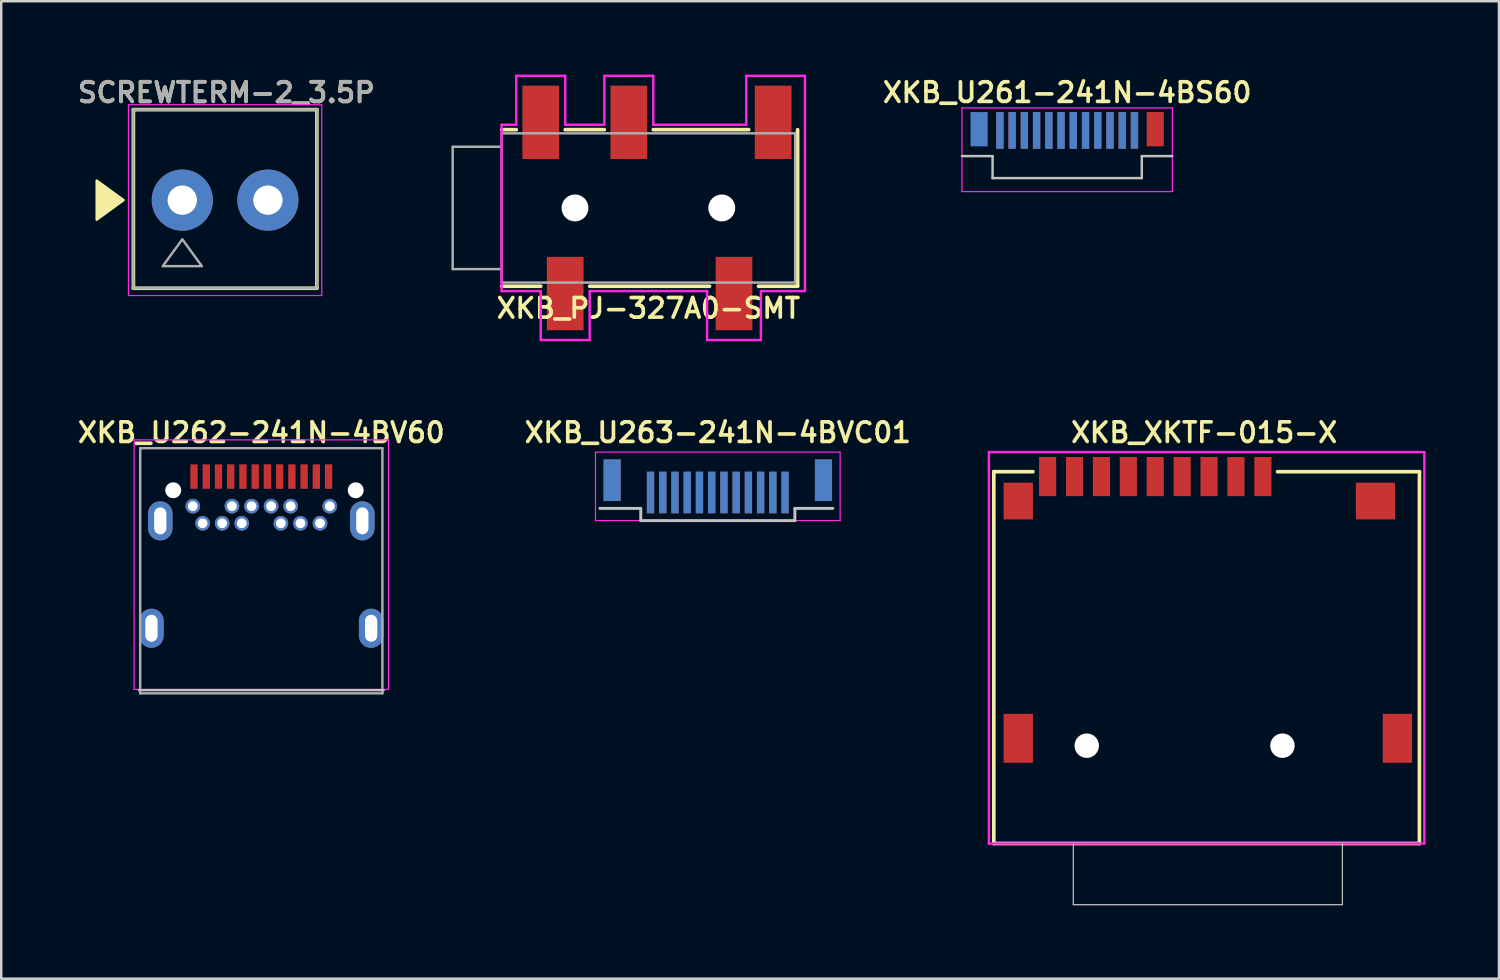
<source format=kicad_pcb>
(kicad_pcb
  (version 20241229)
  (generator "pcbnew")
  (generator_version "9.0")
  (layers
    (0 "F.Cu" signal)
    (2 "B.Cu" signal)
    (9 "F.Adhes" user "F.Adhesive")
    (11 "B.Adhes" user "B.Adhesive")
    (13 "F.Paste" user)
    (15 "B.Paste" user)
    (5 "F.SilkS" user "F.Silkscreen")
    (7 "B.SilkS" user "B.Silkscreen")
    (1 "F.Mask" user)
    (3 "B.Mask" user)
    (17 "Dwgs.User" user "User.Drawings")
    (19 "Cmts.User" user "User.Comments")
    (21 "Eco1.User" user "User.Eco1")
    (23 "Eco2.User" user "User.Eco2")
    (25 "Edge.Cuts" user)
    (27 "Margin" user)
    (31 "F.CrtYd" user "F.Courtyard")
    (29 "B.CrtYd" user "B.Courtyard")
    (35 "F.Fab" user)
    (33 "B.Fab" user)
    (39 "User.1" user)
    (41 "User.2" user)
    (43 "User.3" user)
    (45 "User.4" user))
  (footprint "XKB_U262-241N-4BV60"
    (layer "F.Cu")
    (at 7.631 19.531)
    (property "Reference" "XKB_U262-241N-4BV60" (at 0 -4.9 0) (unlocked yes) (layer "F.SilkS") (effects (font (size 0.8 0.8) (thickness 0.15))))
    (attr smd)
    (fp_line (start -5 5.63) (end 5 5.63) (stroke (width 0.1) (type solid)) (layer "Dwgs.User"))
    (fp_line (start -5.2 -4.6) (end 5.2 -4.6) (stroke (width 0.05) (type solid)) (layer "F.CrtYd"))
    (fp_line (start -5.2 5.6) (end -5.2 -4.6) (stroke (width 0.05) (type solid)) (layer "F.CrtYd"))
    (fp_line (start 5.2 -4.6) (end 5.2 5.6) (stroke (width 0.05) (type solid)) (layer "F.CrtYd"))
    (fp_line (start 5.2 5.6) (end -5.2 5.6) (stroke (width 0.05) (type solid)) (layer "F.CrtYd"))
    (fp_line (start -4.95 -4.26) (end -4.95 5.76) (stroke (width 0.1) (type solid)) (layer "F.Fab"))
    (fp_line (start -4.95 -4.26) (end 4.95 -4.26) (stroke (width 0.1) (type solid)) (layer "F.Fab"))
    (fp_line (start -4.95 5.76) (end 4.95 5.76) (stroke (width 0.1) (type solid)) (layer "F.Fab"))
    (fp_line (start 4.95 -4.26) (end 4.95 5.76) (stroke (width 0.1) (type solid)) (layer "F.Fab"))
    (pad "" np_thru_hole circle (at -3.6 -2.54) (size 0.65 0.65) (drill 0.65) (layers "*.Cu" "*.Mask"))
    (pad "" np_thru_hole circle (at 3.86 -2.54) (size 0.65 0.65) (drill oval 0.95 0.65) (layers "*.Cu" "*.Mask"))
    (pad "A1" smd rect (at -2.75 -3.1) (size 0.3 1) (layers "F.Cu" "F.Mask" "F.Paste"))
    (pad "A2" smd rect (at -2.25 -3.1) (size 0.3 1) (layers "F.Cu" "F.Mask" "F.Paste"))
    (pad "A3" smd rect (at -1.75 -3.1) (size 0.3 1) (layers "F.Cu" "F.Mask" "F.Paste"))
    (pad "A4" smd rect (at -1.25 -3.1) (size 0.3 1) (layers "F.Cu" "F.Mask" "F.Paste"))
    (pad "A5" smd rect (at -0.75 -3.1) (size 0.3 1) (layers "F.Cu" "F.Mask" "F.Paste"))
    (pad "A6" smd rect (at -0.25 -3.1) (size 0.3 1) (layers "F.Cu" "F.Mask" "F.Paste"))
    (pad "A7" smd rect (at 0.25 -3.1) (size 0.3 1) (layers "F.Cu" "F.Mask" "F.Paste"))
    (pad "A8" smd rect (at 0.75 -3.1) (size 0.3 1) (layers "F.Cu" "F.Mask" "F.Paste"))
    (pad "A9" smd rect (at 1.25 -3.1) (size 0.3 1) (layers "F.Cu" "F.Mask" "F.Paste"))
    (pad "A10" smd rect (at 1.75 -3.1) (size 0.3 1) (layers "F.Cu" "F.Mask" "F.Paste"))
    (pad "A11" smd rect (at 2.25 -3.1) (size 0.3 1) (layers "F.Cu" "F.Mask" "F.Paste"))
    (pad "A12" smd rect (at 2.75 -3.1) (size 0.3 1) (layers "F.Cu" "F.Mask" "F.Paste"))
    (pad "B1" thru_hole circle (at 2.8 -1.89) (size 0.6 0.6) (drill 0.4) (layers "*.Cu" "*.Mask"))
    (pad "B2" thru_hole circle (at 2.4 -1.19) (size 0.6 0.6) (drill 0.4) (layers "*.Cu" "*.Mask"))
    (pad "B3" thru_hole circle (at 1.6 -1.19) (size 0.6 0.6) (drill 0.4) (layers "*.Cu" "*.Mask"))
    (pad "B4" thru_hole circle (at 1.2 -1.89) (size 0.6 0.6) (drill 0.4) (layers "*.Cu" "*.Mask"))
    (pad "B5" thru_hole circle (at 0.8 -1.19) (size 0.6 0.6) (drill 0.4) (layers "*.Cu" "*.Mask"))
    (pad "B6" thru_hole circle (at 0.4 -1.89) (size 0.6 0.6) (drill 0.4) (layers "*.Cu" "*.Mask"))
    (pad "B7" thru_hole circle (at -0.4 -1.89) (size 0.6 0.6) (drill 0.4) (layers "*.Cu" "*.Mask"))
    (pad "B8" thru_hole circle (at -0.8 -1.19) (size 0.6 0.6) (drill 0.4) (layers "*.Cu" "*.Mask"))
    (pad "B9" thru_hole circle (at -1.2 -1.89) (size 0.6 0.6) (drill 0.4) (layers "*.Cu" "*.Mask"))
    (pad "B10" thru_hole circle (at -1.6 -1.19) (size 0.6 0.6) (drill 0.4) (layers "*.Cu" "*.Mask"))
    (pad "B11" thru_hole circle (at -2.4 -1.19) (size 0.6 0.6) (drill 0.4) (layers "*.Cu" "*.Mask"))
    (pad "B12" thru_hole circle (at -2.8 -1.89) (size 0.6 0.6) (drill 0.4) (layers "*.Cu" "*.Mask"))
    (pad "S1" thru_hole oval (at -4.13 -1.29) (size 1 1.6) (drill oval 0.5 1.1) (layers "*.Cu" "*.Mask"))
    (pad "S2" thru_hole oval (at -4.49 3.1) (size 1 1.6) (drill oval 0.5 1.1) (layers "*.Cu" "*.Mask"))
    (pad "S3" thru_hole oval (at 4.49 3.1) (size 1 1.6) (drill oval 0.5 1.1) (layers "*.Cu" "*.Mask"))
    (pad "S4" thru_hole oval (at 4.13 -1.29) (size 1 1.6) (drill oval 0.5 1.1) (layers "*.Cu" "*.Mask")))
  (footprint "XKB_U263-241N-4BVC01"
    (layer "F.Cu")
    (at 26.292 18.231)
    (property "Reference" "XKB_U263-241N-4BVC01" (at 0 -3.6 0) (unlocked yes) (layer "F.SilkS") (effects (font (size 0.8 0.8) (thickness 0.15))))
    (attr smd)
    (fp_line (start -3.15 -0.5) (end -4.82 -0.5) (stroke (width 0.12) (type solid)) (layer "Dwgs.User"))
    (fp_line (start -3.15 0) (end -3.15 -0.5) (stroke (width 0.12) (type solid)) (layer "Dwgs.User"))
    (fp_line (start 3.15 -0.5) (end 4.7 -0.5) (stroke (width 0.12) (type solid)) (layer "Dwgs.User"))
    (fp_line (start 3.15 0) (end -3.15 0) (stroke (width 0.12) (type solid)) (layer "Dwgs.User"))
    (fp_line (start 3.15 0) (end 3.15 -0.5) (stroke (width 0.12) (type solid)) (layer "Dwgs.User"))
    (fp_line (start -5 -2.8) (end -5 0) (stroke (width 0.05) (type solid)) (layer "F.CrtYd"))
    (fp_line (start -5 0) (end 5 0) (stroke (width 0.05) (type solid)) (layer "F.CrtYd"))
    (fp_line (start 5 -2.8) (end -5 -2.8) (stroke (width 0.05) (type solid)) (layer "F.CrtYd"))
    (fp_line (start 5 0) (end 5 -2.8) (stroke (width 0.05) (type solid)) (layer "F.CrtYd"))
    (pad "A1" smd rect (at -2.75 -1.15 180) (size 0.3 1.7) (layers "F.Cu" "F.Mask" "F.Paste"))
    (pad "A2" smd rect (at -2.25 -1.15 180) (size 0.3 1.7) (layers "F.Cu" "F.Mask" "F.Paste"))
    (pad "A3" smd rect (at -1.75 -1.15 180) (size 0.3 1.7) (layers "F.Cu" "F.Mask" "F.Paste"))
    (pad "A4" smd rect (at -1.25 -1.15 180) (size 0.3 1.7) (layers "F.Cu" "F.Mask" "F.Paste"))
    (pad "A5" smd rect (at -0.75 -1.15 180) (size 0.3 1.7) (layers "F.Cu" "F.Mask" "F.Paste"))
    (pad "A6" smd rect (at -0.25 -1.15 180) (size 0.3 1.7) (layers "F.Cu" "F.Mask" "F.Paste"))
    (pad "A7" smd rect (at 0.25 -1.15 180) (size 0.3 1.7) (layers "F.Cu" "F.Mask" "F.Paste"))
    (pad "A8" smd rect (at 0.75 -1.15 180) (size 0.3 1.7) (layers "F.Cu" "F.Mask" "F.Paste"))
    (pad "A9" smd rect (at 1.25 -1.15 180) (size 0.3 1.7) (layers "F.Cu" "F.Mask" "F.Paste"))
    (pad "A10" smd rect (at 1.75 -1.15 180) (size 0.3 1.7) (layers "F.Cu" "F.Mask" "F.Paste"))
    (pad "A11" smd rect (at 2.25 -1.15 180) (size 0.3 1.7) (layers "F.Cu" "F.Mask" "F.Paste"))
    (pad "A12" smd rect (at 2.75 -1.15 180) (size 0.3 1.7) (layers "F.Cu" "F.Mask" "F.Paste"))
    (pad "B1" smd rect (at 2.75 -1.15 180) (size 0.3 1.7) (layers "B.Cu" "B.Mask" "B.Paste"))
    (pad "B2" smd rect (at 2.25 -1.15 180) (size 0.3 1.7) (layers "B.Cu" "B.Mask" "B.Paste"))
    (pad "B3" smd rect (at 1.75 -1.15 180) (size 0.3 1.7) (layers "B.Cu" "B.Mask" "B.Paste"))
    (pad "B4" smd rect (at 1.25 -1.15 180) (size 0.3 1.7) (layers "B.Cu" "B.Mask" "B.Paste"))
    (pad "B5" smd rect (at 0.75 -1.15 180) (size 0.3 1.7) (layers "B.Cu" "B.Mask" "B.Paste"))
    (pad "B6" smd rect (at 0.25 -1.15 180) (size 0.3 1.7) (layers "B.Cu" "B.Mask" "B.Paste"))
    (pad "B7" smd rect (at -0.25 -1.15 180) (size 0.3 1.7) (layers "B.Cu" "B.Mask" "B.Paste"))
    (pad "B8" smd rect (at -0.75 -1.15 180) (size 0.3 1.7) (layers "B.Cu" "B.Mask" "B.Paste"))
    (pad "B9" smd rect (at -1.25 -1.15 180) (size 0.3 1.7) (layers "B.Cu" "B.Mask" "B.Paste"))
    (pad "B10" smd rect (at -1.75 -1.15 180) (size 0.3 1.7) (layers "B.Cu" "B.Mask" "B.Paste"))
    (pad "B11" smd rect (at -2.25 -1.15 180) (size 0.3 1.7) (layers "B.Cu" "B.Mask" "B.Paste"))
    (pad "B12" smd rect (at -2.75 -1.15 180) (size 0.3 1.7) (layers "B.Cu" "B.Mask" "B.Paste"))
    (pad "S1" smd rect (at -4.32 -1.65 180) (size 0.7 1.7) (layers "F.Cu" "F.Mask" "F.Paste"))
    (pad "S2" smd rect (at 4.32 -1.65 180) (size 0.7 1.7) (layers "F.Cu" "F.Mask" "F.Paste"))
    (pad "S3" smd rect (at 4.32 -1.65 180) (size 0.7 1.7) (layers "B.Cu" "B.Mask" "B.Paste"))
    (pad "S4" smd rect (at -4.32 -1.65 180) (size 0.7 1.7) (layers "B.Cu" "B.Mask" "B.Paste")))
  (footprint "XKB_XKTF-015-X"
    (layer "F.Cu")
    (at 41.373 27.431)
    (property "Reference" "XKB_XKTF-015-X" (at 4.8 -12.8 0) (layer "F.SilkS") (effects (font (size 0.8 0.8) (thickness 0.15))))
    (attr smd)
    (fp_line (start -3.8 -11.2) (end -3.8 4) (stroke (width 0.15) (type solid)) (layer "F.SilkS"))
    (fp_line (start -3.8 4) (end 13.6 4) (stroke (width 0.15) (type solid)) (layer "F.SilkS"))
    (fp_line (start -2.2 -11.2) (end -3.8 -11.2) (stroke (width 0.15) (type solid)) (layer "F.SilkS"))
    (fp_line (start 13.6 -11.2) (end 7.8 -11.2) (stroke (width 0.15) (type solid)) (layer "F.SilkS"))
    (fp_line (start 13.6 4) (end 13.6 -11.2) (stroke (width 0.15) (type solid)) (layer "F.SilkS"))
    (fp_line (start -0.55 4) (end -0.55 6.5) (stroke (width 0.05) (type solid)) (layer "Dwgs.User"))
    (fp_line (start -0.55 6.5) (end 10.45 6.5) (stroke (width 0.05) (type solid)) (layer "Dwgs.User"))
    (fp_line (start 10.45 4) (end 10.45 6.5) (stroke (width 0.05) (type solid)) (layer "Dwgs.User"))
    (fp_line (start -4 -12) (end -4 4) (stroke (width 0.1) (type solid)) (layer "F.CrtYd"))
    (fp_line (start -4 4) (end 13.8 4) (stroke (width 0.1) (type solid)) (layer "F.CrtYd"))
    (fp_line (start 13.8 -12) (end -4 -12) (stroke (width 0.1) (type solid)) (layer "F.CrtYd"))
    (fp_line (start 13.8 4) (end 13.8 -12) (stroke (width 0.1) (type solid)) (layer "F.CrtYd"))
    (pad "" np_thru_hole circle (at 0 0) (size 1 1) (drill 1) (layers "*.Cu" "*.Mask"))
    (pad "" np_thru_hole circle (at 8 0) (size 1 1) (drill 1) (layers "*.Cu" "*.Mask"))
    (pad "1" smd rect (at 7.2 -11) (size 0.7 1.6) (layers "F.Cu" "F.Mask" "F.Paste"))
    (pad "2" smd rect (at 6.1 -11) (size 0.7 1.6) (layers "F.Cu" "F.Mask" "F.Paste"))
    (pad "3" smd rect (at 5 -11) (size 0.7 1.6) (layers "F.Cu" "F.Mask" "F.Paste"))
    (pad "4" smd rect (at 3.9 -11) (size 0.7 1.6) (layers "F.Cu" "F.Mask" "F.Paste"))
    (pad "5" smd rect (at 2.8 -11) (size 0.7 1.6) (layers "F.Cu" "F.Mask" "F.Paste"))
    (pad "6" smd rect (at 1.7 -11) (size 0.7 1.6) (layers "F.Cu" "F.Mask" "F.Paste"))
    (pad "7" smd rect (at 0.6 -11) (size 0.7 1.6) (layers "F.Cu" "F.Mask" "F.Paste"))
    (pad "8" smd rect (at -0.5 -11) (size 0.7 1.6) (layers "F.Cu" "F.Mask" "F.Paste"))
    (pad "9" smd rect (at -1.6 -11) (size 0.7 1.6) (layers "F.Cu" "F.Mask" "F.Paste"))
    (pad "S" smd rect (at -2.8 -10) (size 1.2 1.5) (layers "F.Cu" "F.Mask" "F.Paste"))
    (pad "S" smd rect (at -2.8 -0.3) (size 1.2 2) (layers "F.Cu" "F.Mask" "F.Paste"))
    (pad "S" smd rect (at 11.8 -10) (size 1.6 1.5) (layers "F.Cu" "F.Mask" "F.Paste"))
    (pad "S" smd rect (at 12.7 -0.3) (size 1.2 2) (layers "F.Cu" "F.Mask" "F.Paste")))
  (footprint "XKB_PJ-327A0-SMT"
    (layer "F.Cu")
    (at 23.454 5.45)
    (property "Reference" "XKB_PJ-327A0-SMT" (at 0 4.1 0) (layer "F.SilkS") (effects (font (size 0.8 0.8) (thickness 0.15))))
    (attr smd)
    (fp_line (start -6 -3.2) (end -5.4 -3.2) (stroke (width 0.15) (type solid)) (layer "F.SilkS"))
    (fp_line (start -4.4 3.2) (end -6 3.2) (stroke (width 0.15) (type solid)) (layer "F.SilkS"))
    (fp_line (start -3.4 -3.2) (end -1.8 -3.2) (stroke (width 0.15) (type solid)) (layer "F.SilkS"))
    (fp_line (start 0.2 -3.2) (end 4.1 -3.2) (stroke (width 0.15) (type solid)) (layer "F.SilkS"))
    (fp_line (start 2.5 3.2) (end -2.4 3.2) (stroke (width 0.15) (type solid)) (layer "F.SilkS"))
    (fp_line (start 6.1 -3.2) (end 6.1 3.2) (stroke (width 0.15) (type solid)) (layer "F.SilkS"))
    (fp_line (start 6.1 3.2) (end 4.5 3.2) (stroke (width 0.15) (type solid)) (layer "F.SilkS"))
    (fp_line (start -6 -3.4) (end -5.4 -3.4) (stroke (width 0.1) (type solid)) (layer "F.CrtYd"))
    (fp_line (start -6 3.4) (end -6 -3.4) (stroke (width 0.1) (type solid)) (layer "F.CrtYd"))
    (fp_line (start -5.4 -5.4) (end -3.4 -5.4) (stroke (width 0.1) (type solid)) (layer "F.CrtYd"))
    (fp_line (start -5.4 -3.4) (end -5.4 -5.4) (stroke (width 0.1) (type solid)) (layer "F.CrtYd"))
    (fp_line (start -4.4 3.4) (end -6 3.4) (stroke (width 0.1) (type solid)) (layer "F.CrtYd"))
    (fp_line (start -4.4 5.4) (end -4.4 3.4) (stroke (width 0.1) (type solid)) (layer "F.CrtYd"))
    (fp_line (start -3.4 -5.4) (end -3.4 -3.4) (stroke (width 0.1) (type solid)) (layer "F.CrtYd"))
    (fp_line (start -3.4 -3.4) (end -1.8 -3.4) (stroke (width 0.1) (type solid)) (layer "F.CrtYd"))
    (fp_line (start -2.4 3.4) (end -2.4 5.4) (stroke (width 0.1) (type solid)) (layer "F.CrtYd"))
    (fp_line (start -2.4 5.4) (end -4.4 5.4) (stroke (width 0.1) (type solid)) (layer "F.CrtYd"))
    (fp_line (start -1.8 -5.4) (end 0.2 -5.4) (stroke (width 0.1) (type solid)) (layer "F.CrtYd"))
    (fp_line (start -1.8 -3.4) (end -1.8 -5.4) (stroke (width 0.1) (type solid)) (layer "F.CrtYd"))
    (fp_line (start 0.2 -5.4) (end 0.2 -3.4) (stroke (width 0.1) (type solid)) (layer "F.CrtYd"))
    (fp_line (start 0.2 -3.4) (end 4 -3.4) (stroke (width 0.1) (type solid)) (layer "F.CrtYd"))
    (fp_line (start 2.4 3.4) (end -2.4 3.4) (stroke (width 0.1) (type solid)) (layer "F.CrtYd"))
    (fp_line (start 2.4 5.4) (end 2.4 3.4) (stroke (width 0.1) (type solid)) (layer "F.CrtYd"))
    (fp_line (start 4 -5.4) (end 6.4 -5.4) (stroke (width 0.1) (type solid)) (layer "F.CrtYd"))
    (fp_line (start 4 -3.4) (end 4 -5.4) (stroke (width 0.1) (type solid)) (layer "F.CrtYd"))
    (fp_line (start 4.6 3.4) (end 4.6 5.4) (stroke (width 0.1) (type solid)) (layer "F.CrtYd"))
    (fp_line (start 4.6 5.4) (end 2.4 5.4) (stroke (width 0.1) (type solid)) (layer "F.CrtYd"))
    (fp_line (start 6.4 -5.4) (end 6.4 3.4) (stroke (width 0.1) (type solid)) (layer "F.CrtYd"))
    (fp_line (start 6.4 3.4) (end 4.6 3.4) (stroke (width 0.1) (type solid)) (layer "F.CrtYd"))
    (fp_line (start -8 -2.5) (end -8 2.5) (stroke (width 0.1) (type solid)) (layer "F.Fab"))
    (fp_line (start -8 2.5) (end -6 2.5) (stroke (width 0.1) (type solid)) (layer "F.Fab"))
    (fp_line (start -6 -3.05) (end -6 3.05) (stroke (width 0.1) (type solid)) (layer "F.Fab"))
    (fp_line (start -6 -2.5) (end -8 -2.5) (stroke (width 0.1) (type solid)) (layer "F.Fab"))
    (fp_line (start -6 3.05) (end 6 3.05) (stroke (width 0.1) (type solid)) (layer "F.Fab"))
    (fp_line (start 6 -3.05) (end -6 -3.05) (stroke (width 0.1) (type solid)) (layer "F.Fab"))
    (fp_line (start 6 3.05) (end 6 -3.05) (stroke (width 0.1) (type solid)) (layer "F.Fab"))
    (pad "" np_thru_hole circle (at -3 0) (size 1.1 1.1) (drill 1.1) (layers "*.Cu" "*.Mask"))
    (pad "" np_thru_hole circle (at 3 0) (size 1.1 1.1) (drill 1.1) (layers "*.Cu" "*.Mask"))
    (pad "R" smd rect (at -0.8 -3.5) (size 1.5 3) (layers "F.Cu" "F.Mask" "F.Paste"))
    (pad "S" smd rect (at -3.4 3.5) (size 1.5 3) (layers "F.Cu" "F.Mask" "F.Paste"))
    (pad "SNO" smd rect (at -4.4 -3.5) (size 1.5 3) (layers "F.Cu" "F.Mask" "F.Paste"))
    (pad "T" smd rect (at 3.5 3.5) (size 1.5 3) (layers "F.Cu" "F.Mask" "F.Paste"))
    (pad "TNC" smd rect (at 5.1 -3.5) (size 1.5 3) (layers "F.Cu" "F.Mask" "F.Paste")))
  (footprint "XKB_U261-241N-4BS60"
    (layer "F.Cu")
    (at 40.573 3.331)
    (property "Reference" "XKB_U261-241N-4BS60" (at 0 -2.6 0) (unlocked yes) (layer "F.SilkS") (effects (font (size 0.8 0.8) (thickness 0.15))))
    (attr smd)
    (fp_line (start -3.05 0) (end -4.3 0) (stroke (width 0.1) (type solid)) (layer "Dwgs.User"))
    (fp_line (start -3.05 0.9) (end -3.05 0) (stroke (width 0.1) (type solid)) (layer "Dwgs.User"))
    (fp_line (start 3.05 0) (end 4.3 0) (stroke (width 0.1) (type solid)) (layer "Dwgs.User"))
    (fp_line (start 3.05 0.9) (end -3.05 0.9) (stroke (width 0.1) (type solid)) (layer "Dwgs.User"))
    (fp_line (start 3.05 0.9) (end 3.05 0) (stroke (width 0.1) (type solid)) (layer "Dwgs.User"))
    (fp_line (start -4.3 -1.97) (end -4.3 1.45) (stroke (width 0.05) (type solid)) (layer "F.CrtYd"))
    (fp_line (start -4.3 -1.97) (end 4.3 -1.97) (stroke (width 0.05) (type solid)) (layer "F.CrtYd"))
    (fp_line (start -4.3 1.45) (end 4.3 1.45) (stroke (width 0.05) (type solid)) (layer "F.CrtYd"))
    (fp_line (start 4.3 -1.97) (end 4.3 1.45) (stroke (width 0.05) (type solid)) (layer "F.CrtYd"))
    (pad "A1" smd rect (at 2.75 -1.05) (size 0.3 1.5) (layers "F.Cu" "F.Mask" "F.Paste"))
    (pad "A2" smd rect (at 2.25 -1.05) (size 0.3 1.5) (layers "F.Cu" "F.Mask" "F.Paste"))
    (pad "A3" smd rect (at 1.75 -1.05) (size 0.3 1.5) (layers "F.Cu" "F.Mask" "F.Paste"))
    (pad "A4" smd rect (at 1.25 -1.05) (size 0.3 1.5) (layers "F.Cu" "F.Mask" "F.Paste"))
    (pad "A5" smd rect (at 0.75 -1.05) (size 0.3 1.5) (layers "F.Cu" "F.Mask" "F.Paste"))
    (pad "A6" smd rect (at 0.25 -1.05) (size 0.3 1.5) (layers "F.Cu" "F.Mask" "F.Paste"))
    (pad "A7" smd rect (at -0.25 -1.05) (size 0.3 1.5) (layers "F.Cu" "F.Mask" "F.Paste"))
    (pad "A8" smd rect (at -0.75 -1.05) (size 0.3 1.5) (layers "F.Cu" "F.Mask" "F.Paste"))
    (pad "A9" smd rect (at -1.25 -1.05) (size 0.3 1.5) (layers "F.Cu" "F.Mask" "F.Paste"))
    (pad "A10" smd rect (at -1.75 -1.05) (size 0.3 1.5) (layers "F.Cu" "F.Mask" "F.Paste"))
    (pad "A11" smd rect (at -2.25 -1.05) (size 0.3 1.5) (layers "F.Cu" "F.Mask" "F.Paste"))
    (pad "A12" smd rect (at -2.75 -1.05) (size 0.3 1.5) (layers "F.Cu" "F.Mask" "F.Paste"))
    (pad "B1" smd rect (at -2.75 -1.05) (size 0.3 1.5) (layers "B.Cu" "B.Mask" "B.Paste"))
    (pad "B2" smd rect (at -2.25 -1.05) (size 0.3 1.5) (layers "B.Cu" "B.Mask" "B.Paste"))
    (pad "B3" smd rect (at -1.75 -1.05) (size 0.3 1.5) (layers "B.Cu" "B.Mask" "B.Paste"))
    (pad "B4" smd rect (at -1.25 -1.05) (size 0.3 1.5) (layers "B.Cu" "B.Mask" "B.Paste"))
    (pad "B5" smd rect (at -0.75 -1.05) (size 0.3 1.5) (layers "B.Cu" "B.Mask" "B.Paste"))
    (pad "B6" smd rect (at -0.25 -1.05) (size 0.3 1.5) (layers "B.Cu" "B.Mask" "B.Paste"))
    (pad "B7" smd rect (at 0.25 -1.05) (size 0.3 1.5) (layers "B.Cu" "B.Mask" "B.Paste"))
    (pad "B8" smd rect (at 0.75 -1.05) (size 0.3 1.5) (layers "B.Cu" "B.Mask" "B.Paste"))
    (pad "B9" smd rect (at 1.25 -1.05) (size 0.3 1.5) (layers "B.Cu" "B.Mask" "B.Paste"))
    (pad "B10" smd rect (at 1.75 -1.05) (size 0.3 1.5) (layers "B.Cu" "B.Mask" "B.Paste"))
    (pad "B11" smd rect (at 2.25 -1.05) (size 0.3 1.5) (layers "B.Cu" "B.Mask" "B.Paste"))
    (pad "B12" smd rect (at 2.75 -1.05) (size 0.3 1.5) (layers "B.Cu" "B.Mask" "B.Paste"))
    (pad "S1" smd rect (at 3.6 -1.1) (size 0.7 1.4) (layers "F.Cu" "F.Mask" "F.Paste"))
    (pad "S2" smd rect (at -3.6 -1.1) (size 0.7 1.4) (layers "B.Cu" "B.Mask" "B.Paste")))
  (footprint "SCREWTERM-2_3.5P"
    (layer "F.Cu")
    (at 4.402 5.131)
    (property "Reference" "SCREWTERM-2_3.5P" (at 1.8 -4.4 0) (layer "F.SilkS") (effects (font (size 0.8 0.8) (thickness 0.15))))
    (attr through_hole)
    (fp_line (start -2 -3.7) (end 5.5 -3.7) (stroke (width 0.15) (type solid)) (layer "F.SilkS"))
    (fp_line (start -2 3.6) (end -2 -3.7) (stroke (width 0.15) (type solid)) (layer "F.SilkS"))
    (fp_line (start -2 3.6) (end 5.5 3.6) (stroke (width 0.15) (type solid)) (layer "F.SilkS"))
    (fp_line (start 5.5 -3.7) (end 5.5 3.6) (stroke (width 0.15) (type solid)) (layer "F.SilkS"))
    (fp_poly (pts (xy -3.5 0.8) (xy -3.5 -0.8) (xy -2.4 0)) (stroke (width 0.1) (type solid)) (fill yes) (layer "F.SilkS"))
    (fp_line (start -2.2 -3.9) (end 5.7 -3.9) (stroke (width 0.05) (type solid)) (layer "F.CrtYd"))
    (fp_line (start -2.2 3.9) (end -2.2 -3.9) (stroke (width 0.05) (type solid)) (layer "F.CrtYd"))
    (fp_line (start 5.7 -3.9) (end 5.7 3.9) (stroke (width 0.05) (type solid)) (layer "F.CrtYd"))
    (fp_line (start 5.7 3.9) (end -2.2 3.9) (stroke (width 0.05) (type solid)) (layer "F.CrtYd"))
    (fp_line (start -2 -3.7) (end 5.5 -3.7) (stroke (width 0.1) (type solid)) (layer "F.Fab"))
    (fp_line (start -2 3.6) (end -2 -3.7) (stroke (width 0.1) (type solid)) (layer "F.Fab"))
    (fp_line (start 5.5 -3.7) (end 5.5 3.6) (stroke (width 0.1) (type solid)) (layer "F.Fab"))
    (fp_line (start 5.5 3.6) (end -2 3.6) (stroke (width 0.1) (type solid)) (layer "F.Fab"))
    (fp_circle (center 0 0) (end 0.5 0) (stroke (width 0.1) (type solid)) (fill no) (layer "F.Fab"))
    (fp_circle (center 3.5 0) (end 4 0) (stroke (width 0.1) (type solid)) (fill no) (layer "F.Fab"))
    (fp_poly (pts (xy 0.8 2.7) (xy -0.8 2.7) (xy 0 1.6)) (stroke (width 0.1) (type solid)) (fill no) (layer "F.Fab"))
    (fp_text user "${REFERENCE}" (at 1.8 -4.4 0) (layer "F.Fab") (effects (font (size 0.8 0.8) (thickness 0.15))))
    (pad "1" thru_hole circle (at 0 0) (size 2.5 2.5) (drill 1.2) (layers "*.Cu" "*.Mask"))
    (pad "2" thru_hole circle (at 3.5 0) (size 2.5 2.5) (drill 1.2) (layers "*.Cu" "*.Mask")))
  (gr_rect
    (start -3 -3)
    (end 58.223 36.956)
    (stroke (width 0.1) (type default))
    (fill no)
    (layer "Edge.Cuts")))
</source>
